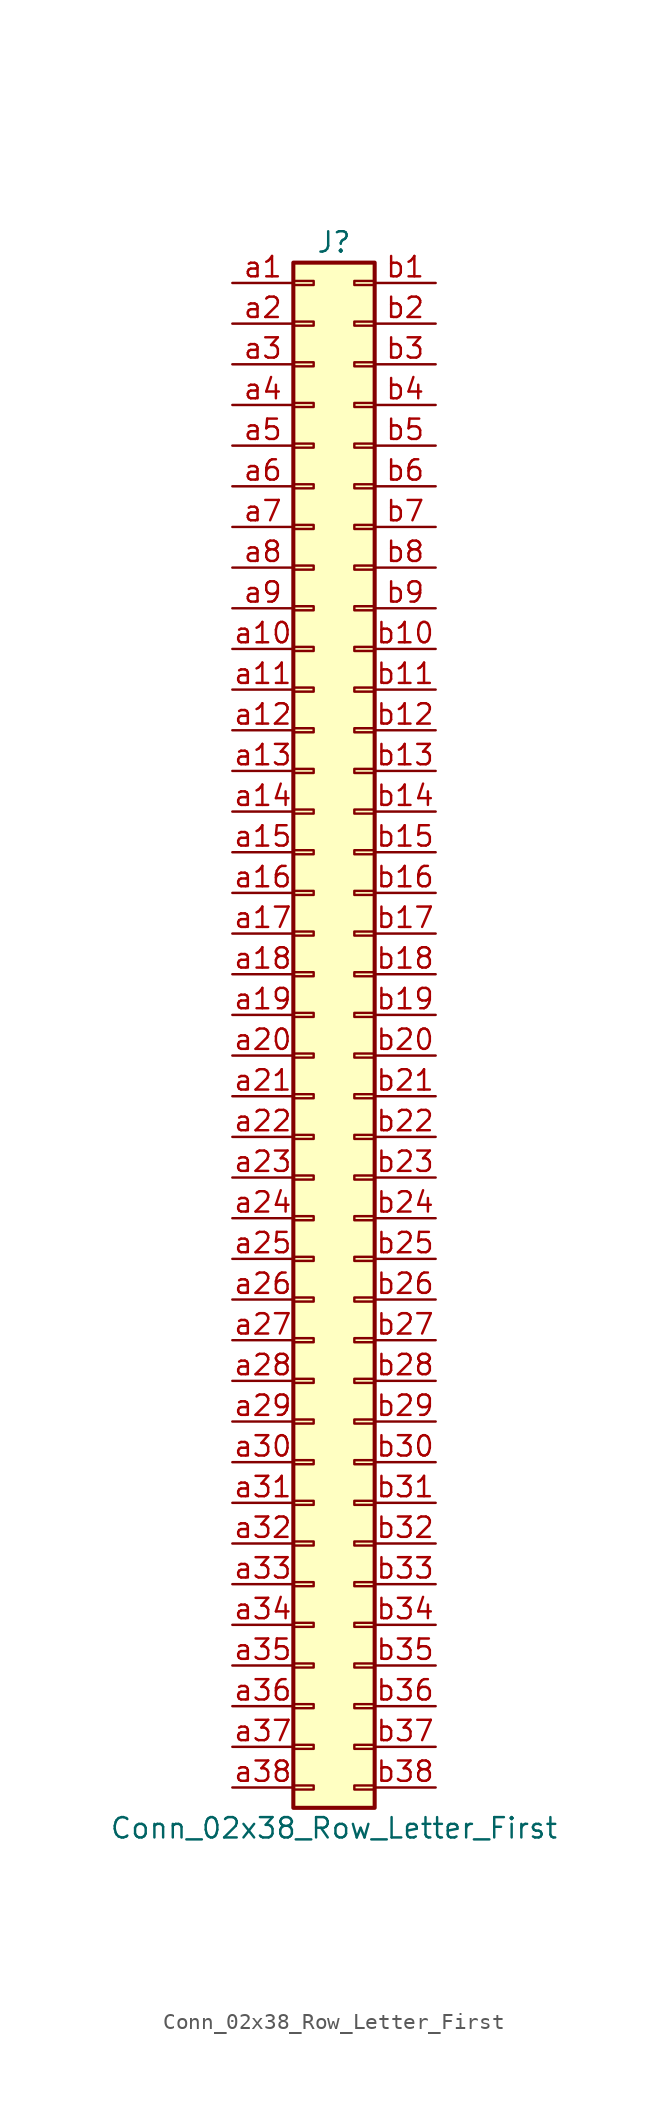
<source format=kicad_sym>
(kicad_symbol_lib
  (version 20220914)
  (generator kicad_symbol_editor)
  (symbol "Conn_02x38_Row_Letter_First"
    (pin_names
      (offset 1.016) hide)
    (property "Reference" "J"
      (at 1.27 48.26 0)
      (effects (font (size 1.27 1.27))))
    (property "Value" "Conn_02x38_Row_Letter_First"
      (at 1.27 -50.8 0)
      (effects (font (size 1.27 1.27))))
    (symbol "Conn_02x38_Row_Letter_First_1_1"
      (rectangle (start -1.27 -48.133) (end 0 -48.387) (stroke (width 0.152) (type solid)) (fill (type none)))
      (rectangle (start -1.27 -45.593) (end 0 -45.847) (stroke (width 0.152) (type solid)) (fill (type none)))
      (rectangle (start -1.27 -43.053) (end 0 -43.307) (stroke (width 0.152) (type solid)) (fill (type none)))
      (rectangle (start -1.27 -40.513) (end 0 -40.767) (stroke (width 0.152) (type solid)) (fill (type none)))
      (rectangle (start -1.27 -37.973) (end 0 -38.227) (stroke (width 0.152) (type solid)) (fill (type none)))
      (rectangle (start -1.27 -35.433) (end 0 -35.687) (stroke (width 0.152) (type solid)) (fill (type none)))
      (rectangle (start -1.27 -32.893) (end 0 -33.147) (stroke (width 0.152) (type solid)) (fill (type none)))
      (rectangle (start -1.27 -30.353) (end 0 -30.607) (stroke (width 0.152) (type solid)) (fill (type none)))
      (rectangle (start -1.27 -27.813) (end 0 -28.067) (stroke (width 0.152) (type solid)) (fill (type none)))
      (rectangle (start -1.27 -25.273) (end 0 -25.527) (stroke (width 0.152) (type solid)) (fill (type none)))
      (rectangle (start -1.27 -22.733) (end 0 -22.987) (stroke (width 0.152) (type solid)) (fill (type none)))
      (rectangle (start -1.27 -20.193) (end 0 -20.447) (stroke (width 0.152) (type solid)) (fill (type none)))
      (rectangle (start -1.27 -17.653) (end 0 -17.907) (stroke (width 0.152) (type solid)) (fill (type none)))
      (rectangle (start -1.27 -15.113) (end 0 -15.367) (stroke (width 0.152) (type solid)) (fill (type none)))
      (rectangle (start -1.27 -12.573) (end 0 -12.827) (stroke (width 0.152) (type solid)) (fill (type none)))
      (rectangle (start -1.27 -10.033) (end 0 -10.287) (stroke (width 0.152) (type solid)) (fill (type none)))
      (rectangle (start -1.27 -7.493) (end 0 -7.747) (stroke (width 0.152) (type solid)) (fill (type none)))
      (rectangle (start -1.27 -4.953) (end 0 -5.207) (stroke (width 0.152) (type solid)) (fill (type none)))
      (rectangle (start -1.27 -2.413) (end 0 -2.667) (stroke (width 0.152) (type solid)) (fill (type none)))
      (rectangle (start -1.27 0.127) (end 0 -0.127) (stroke (width 0.152) (type solid)) (fill (type none)))
      (rectangle (start -1.27 2.667) (end 0 2.413) (stroke (width 0.152) (type solid)) (fill (type none)))
      (rectangle (start -1.27 5.207) (end 0 4.953) (stroke (width 0.152) (type solid)) (fill (type none)))
      (rectangle (start -1.27 7.747) (end 0 7.493) (stroke (width 0.152) (type solid)) (fill (type none)))
      (rectangle (start -1.27 10.287) (end 0 10.033) (stroke (width 0.152) (type solid)) (fill (type none)))
      (rectangle (start -1.27 12.827) (end 0 12.573) (stroke (width 0.152) (type solid)) (fill (type none)))
      (rectangle (start -1.27 15.367) (end 0 15.113) (stroke (width 0.152) (type solid)) (fill (type none)))
      (rectangle (start -1.27 17.907) (end 0 17.653) (stroke (width 0.152) (type solid)) (fill (type none)))
      (rectangle (start -1.27 20.447) (end 0 20.193) (stroke (width 0.152) (type solid)) (fill (type none)))
      (rectangle (start -1.27 22.987) (end 0 22.733) (stroke (width 0.152) (type solid)) (fill (type none)))
      (rectangle (start -1.27 25.527) (end 0 25.273) (stroke (width 0.152) (type solid)) (fill (type none)))
      (rectangle (start -1.27 28.067) (end 0 27.813) (stroke (width 0.152) (type solid)) (fill (type none)))
      (rectangle (start -1.27 30.607) (end 0 30.353) (stroke (width 0.152) (type solid)) (fill (type none)))
      (rectangle (start -1.27 33.147) (end 0 32.893) (stroke (width 0.152) (type solid)) (fill (type none)))
      (rectangle (start -1.27 35.687) (end 0 35.433) (stroke (width 0.152) (type solid)) (fill (type none)))
      (rectangle (start -1.27 38.227) (end 0 37.973) (stroke (width 0.152) (type solid)) (fill (type none)))
      (rectangle (start -1.27 40.767) (end 0 40.513) (stroke (width 0.152) (type solid)) (fill (type none)))
      (rectangle (start -1.27 43.307) (end 0 43.053) (stroke (width 0.152) (type solid)) (fill (type none)))
      (rectangle (start -1.27 45.847) (end 0 45.593) (stroke (width 0.152) (type solid)) (fill (type none)))
      (rectangle (start -1.27 46.99) (end 3.81 -49.53) (stroke (width 0.254) (type solid)) (fill (type background)))
      (rectangle (start 3.81 -48.133) (end 2.54 -48.387) (stroke (width 0.152) (type solid)) (fill (type none)))
      (rectangle (start 3.81 -45.593) (end 2.54 -45.847) (stroke (width 0.152) (type solid)) (fill (type none)))
      (rectangle (start 3.81 -43.053) (end 2.54 -43.307) (stroke (width 0.152) (type solid)) (fill (type none)))
      (rectangle (start 3.81 -40.513) (end 2.54 -40.767) (stroke (width 0.152) (type solid)) (fill (type none)))
      (rectangle (start 3.81 -37.973) (end 2.54 -38.227) (stroke (width 0.152) (type solid)) (fill (type none)))
      (rectangle (start 3.81 -35.433) (end 2.54 -35.687) (stroke (width 0.152) (type solid)) (fill (type none)))
      (rectangle (start 3.81 -32.893) (end 2.54 -33.147) (stroke (width 0.152) (type solid)) (fill (type none)))
      (rectangle (start 3.81 -30.353) (end 2.54 -30.607) (stroke (width 0.152) (type solid)) (fill (type none)))
      (rectangle (start 3.81 -27.813) (end 2.54 -28.067) (stroke (width 0.152) (type solid)) (fill (type none)))
      (rectangle (start 3.81 -25.273) (end 2.54 -25.527) (stroke (width 0.152) (type solid)) (fill (type none)))
      (rectangle (start 3.81 -22.733) (end 2.54 -22.987) (stroke (width 0.152) (type solid)) (fill (type none)))
      (rectangle (start 3.81 -20.193) (end 2.54 -20.447) (stroke (width 0.152) (type solid)) (fill (type none)))
      (rectangle (start 3.81 -17.653) (end 2.54 -17.907) (stroke (width 0.152) (type solid)) (fill (type none)))
      (rectangle (start 3.81 -15.113) (end 2.54 -15.367) (stroke (width 0.152) (type solid)) (fill (type none)))
      (rectangle (start 3.81 -12.573) (end 2.54 -12.827) (stroke (width 0.152) (type solid)) (fill (type none)))
      (rectangle (start 3.81 -10.033) (end 2.54 -10.287) (stroke (width 0.152) (type solid)) (fill (type none)))
      (rectangle (start 3.81 -7.493) (end 2.54 -7.747) (stroke (width 0.152) (type solid)) (fill (type none)))
      (rectangle (start 3.81 -4.953) (end 2.54 -5.207) (stroke (width 0.152) (type solid)) (fill (type none)))
      (rectangle (start 3.81 -2.413) (end 2.54 -2.667) (stroke (width 0.152) (type solid)) (fill (type none)))
      (rectangle (start 3.81 0.127) (end 2.54 -0.127) (stroke (width 0.152) (type solid)) (fill (type none)))
      (rectangle (start 3.81 2.667) (end 2.54 2.413) (stroke (width 0.152) (type solid)) (fill (type none)))
      (rectangle (start 3.81 5.207) (end 2.54 4.953) (stroke (width 0.152) (type solid)) (fill (type none)))
      (rectangle (start 3.81 7.747) (end 2.54 7.493) (stroke (width 0.152) (type solid)) (fill (type none)))
      (rectangle (start 3.81 10.287) (end 2.54 10.033) (stroke (width 0.152) (type solid)) (fill (type none)))
      (rectangle (start 3.81 12.827) (end 2.54 12.573) (stroke (width 0.152) (type solid)) (fill (type none)))
      (rectangle (start 3.81 15.367) (end 2.54 15.113) (stroke (width 0.152) (type solid)) (fill (type none)))
      (rectangle (start 3.81 17.907) (end 2.54 17.653) (stroke (width 0.152) (type solid)) (fill (type none)))
      (rectangle (start 3.81 20.447) (end 2.54 20.193) (stroke (width 0.152) (type solid)) (fill (type none)))
      (rectangle (start 3.81 22.987) (end 2.54 22.733) (stroke (width 0.152) (type solid)) (fill (type none)))
      (rectangle (start 3.81 25.527) (end 2.54 25.273) (stroke (width 0.152) (type solid)) (fill (type none)))
      (rectangle (start 3.81 28.067) (end 2.54 27.813) (stroke (width 0.152) (type solid)) (fill (type none)))
      (rectangle (start 3.81 30.607) (end 2.54 30.353) (stroke (width 0.152) (type solid)) (fill (type none)))
      (rectangle (start 3.81 33.147) (end 2.54 32.893) (stroke (width 0.152) (type solid)) (fill (type none)))
      (rectangle (start 3.81 35.687) (end 2.54 35.433) (stroke (width 0.152) (type solid)) (fill (type none)))
      (rectangle (start 3.81 38.227) (end 2.54 37.973) (stroke (width 0.152) (type solid)) (fill (type none)))
      (rectangle (start 3.81 40.767) (end 2.54 40.513) (stroke (width 0.152) (type solid)) (fill (type none)))
      (rectangle (start 3.81 43.307) (end 2.54 43.053) (stroke (width 0.152) (type solid)) (fill (type none)))
      (rectangle (start 3.81 45.847) (end 2.54 45.593) (stroke (width 0.152) (type solid)) (fill (type none)))
      (pin passive line (at -5.08 45.72 0) (length 3.81) (name "Pin_a1" (effects (font (size 1.27 1.27)))) (number "a1" (effects (font (size 1.27 1.27)))))
      (pin passive line (at -5.08 22.86 0) (length 3.81) (name "Pin_a10" (effects (font (size 1.27 1.27)))) (number "a10" (effects (font (size 1.27 1.27)))))
      (pin passive line (at -5.08 20.32 0) (length 3.81) (name "Pin_a11" (effects (font (size 1.27 1.27)))) (number "a11" (effects (font (size 1.27 1.27)))))
      (pin passive line (at -5.08 17.78 0) (length 3.81) (name "Pin_a12" (effects (font (size 1.27 1.27)))) (number "a12" (effects (font (size 1.27 1.27)))))
      (pin passive line (at -5.08 15.24 0) (length 3.81) (name "Pin_a13" (effects (font (size 1.27 1.27)))) (number "a13" (effects (font (size 1.27 1.27)))))
      (pin passive line (at -5.08 12.7 0) (length 3.81) (name "Pin_a14" (effects (font (size 1.27 1.27)))) (number "a14" (effects (font (size 1.27 1.27)))))
      (pin passive line (at -5.08 10.16 0) (length 3.81) (name "Pin_a15" (effects (font (size 1.27 1.27)))) (number "a15" (effects (font (size 1.27 1.27)))))
      (pin passive line (at -5.08 7.62 0) (length 3.81) (name "Pin_a16" (effects (font (size 1.27 1.27)))) (number "a16" (effects (font (size 1.27 1.27)))))
      (pin passive line (at -5.08 5.08 0) (length 3.81) (name "Pin_a17" (effects (font (size 1.27 1.27)))) (number "a17" (effects (font (size 1.27 1.27)))))
      (pin passive line (at -5.08 2.54 0) (length 3.81) (name "Pin_a18" (effects (font (size 1.27 1.27)))) (number "a18" (effects (font (size 1.27 1.27)))))
      (pin passive line (at -5.08 0 0) (length 3.81) (name "Pin_a19" (effects (font (size 1.27 1.27)))) (number "a19" (effects (font (size 1.27 1.27)))))
      (pin passive line (at -5.08 43.18 0) (length 3.81) (name "Pin_a2" (effects (font (size 1.27 1.27)))) (number "a2" (effects (font (size 1.27 1.27)))))
      (pin passive line (at -5.08 -2.54 0) (length 3.81) (name "Pin_a20" (effects (font (size 1.27 1.27)))) (number "a20" (effects (font (size 1.27 1.27)))))
      (pin passive line (at -5.08 -5.08 0) (length 3.81) (name "Pin_a21" (effects (font (size 1.27 1.27)))) (number "a21" (effects (font (size 1.27 1.27)))))
      (pin passive line (at -5.08 -7.62 0) (length 3.81) (name "Pin_a22" (effects (font (size 1.27 1.27)))) (number "a22" (effects (font (size 1.27 1.27)))))
      (pin passive line (at -5.08 -10.16 0) (length 3.81) (name "Pin_a23" (effects (font (size 1.27 1.27)))) (number "a23" (effects (font (size 1.27 1.27)))))
      (pin passive line (at -5.08 -12.7 0) (length 3.81) (name "Pin_a24" (effects (font (size 1.27 1.27)))) (number "a24" (effects (font (size 1.27 1.27)))))
      (pin passive line (at -5.08 -15.24 0) (length 3.81) (name "Pin_a25" (effects (font (size 1.27 1.27)))) (number "a25" (effects (font (size 1.27 1.27)))))
      (pin passive line (at -5.08 -17.78 0) (length 3.81) (name "Pin_a26" (effects (font (size 1.27 1.27)))) (number "a26" (effects (font (size 1.27 1.27)))))
      (pin passive line (at -5.08 -20.32 0) (length 3.81) (name "Pin_a27" (effects (font (size 1.27 1.27)))) (number "a27" (effects (font (size 1.27 1.27)))))
      (pin passive line (at -5.08 -22.86 0) (length 3.81) (name "Pin_a28" (effects (font (size 1.27 1.27)))) (number "a28" (effects (font (size 1.27 1.27)))))
      (pin passive line (at -5.08 -25.4 0) (length 3.81) (name "Pin_a29" (effects (font (size 1.27 1.27)))) (number "a29" (effects (font (size 1.27 1.27)))))
      (pin passive line (at -5.08 40.64 0) (length 3.81) (name "Pin_a3" (effects (font (size 1.27 1.27)))) (number "a3" (effects (font (size 1.27 1.27)))))
      (pin passive line (at -5.08 -27.94 0) (length 3.81) (name "Pin_a30" (effects (font (size 1.27 1.27)))) (number "a30" (effects (font (size 1.27 1.27)))))
      (pin passive line (at -5.08 -30.48 0) (length 3.81) (name "Pin_a31" (effects (font (size 1.27 1.27)))) (number "a31" (effects (font (size 1.27 1.27)))))
      (pin passive line (at -5.08 -33.02 0) (length 3.81) (name "Pin_a32" (effects (font (size 1.27 1.27)))) (number "a32" (effects (font (size 1.27 1.27)))))
      (pin passive line (at -5.08 -35.56 0) (length 3.81) (name "Pin_a33" (effects (font (size 1.27 1.27)))) (number "a33" (effects (font (size 1.27 1.27)))))
      (pin passive line (at -5.08 -38.1 0) (length 3.81) (name "Pin_a34" (effects (font (size 1.27 1.27)))) (number "a34" (effects (font (size 1.27 1.27)))))
      (pin passive line (at -5.08 -40.64 0) (length 3.81) (name "Pin_a35" (effects (font (size 1.27 1.27)))) (number "a35" (effects (font (size 1.27 1.27)))))
      (pin passive line (at -5.08 -43.18 0) (length 3.81) (name "Pin_a36" (effects (font (size 1.27 1.27)))) (number "a36" (effects (font (size 1.27 1.27)))))
      (pin passive line (at -5.08 -45.72 0) (length 3.81) (name "Pin_a37" (effects (font (size 1.27 1.27)))) (number "a37" (effects (font (size 1.27 1.27)))))
      (pin passive line (at -5.08 -48.26 0) (length 3.81) (name "Pin_a38" (effects (font (size 1.27 1.27)))) (number "a38" (effects (font (size 1.27 1.27)))))
      (pin passive line (at -5.08 38.1 0) (length 3.81) (name "Pin_a4" (effects (font (size 1.27 1.27)))) (number "a4" (effects (font (size 1.27 1.27)))))
      (pin passive line (at -5.08 35.56 0) (length 3.81) (name "Pin_a5" (effects (font (size 1.27 1.27)))) (number "a5" (effects (font (size 1.27 1.27)))))
      (pin passive line (at -5.08 33.02 0) (length 3.81) (name "Pin_a6" (effects (font (size 1.27 1.27)))) (number "a6" (effects (font (size 1.27 1.27)))))
      (pin passive line (at -5.08 30.48 0) (length 3.81) (name "Pin_a7" (effects (font (size 1.27 1.27)))) (number "a7" (effects (font (size 1.27 1.27)))))
      (pin passive line (at -5.08 27.94 0) (length 3.81) (name "Pin_a8" (effects (font (size 1.27 1.27)))) (number "a8" (effects (font (size 1.27 1.27)))))
      (pin passive line (at -5.08 25.4 0) (length 3.81) (name "Pin_a9" (effects (font (size 1.27 1.27)))) (number "a9" (effects (font (size 1.27 1.27)))))
      (pin passive line (at 7.62 45.72 180) (length 3.81) (name "Pin_b1" (effects (font (size 1.27 1.27)))) (number "b1" (effects (font (size 1.27 1.27)))))
      (pin passive line (at 7.62 22.86 180) (length 3.81) (name "Pin_b10" (effects (font (size 1.27 1.27)))) (number "b10" (effects (font (size 1.27 1.27)))))
      (pin passive line (at 7.62 20.32 180) (length 3.81) (name "Pin_b11" (effects (font (size 1.27 1.27)))) (number "b11" (effects (font (size 1.27 1.27)))))
      (pin passive line (at 7.62 17.78 180) (length 3.81) (name "Pin_b12" (effects (font (size 1.27 1.27)))) (number "b12" (effects (font (size 1.27 1.27)))))
      (pin passive line (at 7.62 15.24 180) (length 3.81) (name "Pin_b13" (effects (font (size 1.27 1.27)))) (number "b13" (effects (font (size 1.27 1.27)))))
      (pin passive line (at 7.62 12.7 180) (length 3.81) (name "Pin_b14" (effects (font (size 1.27 1.27)))) (number "b14" (effects (font (size 1.27 1.27)))))
      (pin passive line (at 7.62 10.16 180) (length 3.81) (name "Pin_b15" (effects (font (size 1.27 1.27)))) (number "b15" (effects (font (size 1.27 1.27)))))
      (pin passive line (at 7.62 7.62 180) (length 3.81) (name "Pin_b16" (effects (font (size 1.27 1.27)))) (number "b16" (effects (font (size 1.27 1.27)))))
      (pin passive line (at 7.62 5.08 180) (length 3.81) (name "Pin_b17" (effects (font (size 1.27 1.27)))) (number "b17" (effects (font (size 1.27 1.27)))))
      (pin passive line (at 7.62 2.54 180) (length 3.81) (name "Pin_b18" (effects (font (size 1.27 1.27)))) (number "b18" (effects (font (size 1.27 1.27)))))
      (pin passive line (at 7.62 0 180) (length 3.81) (name "Pin_b19" (effects (font (size 1.27 1.27)))) (number "b19" (effects (font (size 1.27 1.27)))))
      (pin passive line (at 7.62 43.18 180) (length 3.81) (name "Pin_b2" (effects (font (size 1.27 1.27)))) (number "b2" (effects (font (size 1.27 1.27)))))
      (pin passive line (at 7.62 -2.54 180) (length 3.81) (name "Pin_b20" (effects (font (size 1.27 1.27)))) (number "b20" (effects (font (size 1.27 1.27)))))
      (pin passive line (at 7.62 -5.08 180) (length 3.81) (name "Pin_b21" (effects (font (size 1.27 1.27)))) (number "b21" (effects (font (size 1.27 1.27)))))
      (pin passive line (at 7.62 -7.62 180) (length 3.81) (name "Pin_b22" (effects (font (size 1.27 1.27)))) (number "b22" (effects (font (size 1.27 1.27)))))
      (pin passive line (at 7.62 -10.16 180) (length 3.81) (name "Pin_b23" (effects (font (size 1.27 1.27)))) (number "b23" (effects (font (size 1.27 1.27)))))
      (pin passive line (at 7.62 -12.7 180) (length 3.81) (name "Pin_b24" (effects (font (size 1.27 1.27)))) (number "b24" (effects (font (size 1.27 1.27)))))
      (pin passive line (at 7.62 -15.24 180) (length 3.81) (name "Pin_b25" (effects (font (size 1.27 1.27)))) (number "b25" (effects (font (size 1.27 1.27)))))
      (pin passive line (at 7.62 -17.78 180) (length 3.81) (name "Pin_b26" (effects (font (size 1.27 1.27)))) (number "b26" (effects (font (size 1.27 1.27)))))
      (pin passive line (at 7.62 -20.32 180) (length 3.81) (name "Pin_b27" (effects (font (size 1.27 1.27)))) (number "b27" (effects (font (size 1.27 1.27)))))
      (pin passive line (at 7.62 -22.86 180) (length 3.81) (name "Pin_b28" (effects (font (size 1.27 1.27)))) (number "b28" (effects (font (size 1.27 1.27)))))
      (pin passive line (at 7.62 -25.4 180) (length 3.81) (name "Pin_b29" (effects (font (size 1.27 1.27)))) (number "b29" (effects (font (size 1.27 1.27)))))
      (pin passive line (at 7.62 40.64 180) (length 3.81) (name "Pin_b3" (effects (font (size 1.27 1.27)))) (number "b3" (effects (font (size 1.27 1.27)))))
      (pin passive line (at 7.62 -27.94 180) (length 3.81) (name "Pin_b30" (effects (font (size 1.27 1.27)))) (number "b30" (effects (font (size 1.27 1.27)))))
      (pin passive line (at 7.62 -30.48 180) (length 3.81) (name "Pin_b31" (effects (font (size 1.27 1.27)))) (number "b31" (effects (font (size 1.27 1.27)))))
      (pin passive line (at 7.62 -33.02 180) (length 3.81) (name "Pin_b32" (effects (font (size 1.27 1.27)))) (number "b32" (effects (font (size 1.27 1.27)))))
      (pin passive line (at 7.62 -35.56 180) (length 3.81) (name "Pin_b33" (effects (font (size 1.27 1.27)))) (number "b33" (effects (font (size 1.27 1.27)))))
      (pin passive line (at 7.62 -38.1 180) (length 3.81) (name "Pin_b34" (effects (font (size 1.27 1.27)))) (number "b34" (effects (font (size 1.27 1.27)))))
      (pin passive line (at 7.62 -40.64 180) (length 3.81) (name "Pin_b35" (effects (font (size 1.27 1.27)))) (number "b35" (effects (font (size 1.27 1.27)))))
      (pin passive line (at 7.62 -43.18 180) (length 3.81) (name "Pin_b36" (effects (font (size 1.27 1.27)))) (number "b36" (effects (font (size 1.27 1.27)))))
      (pin passive line (at 7.62 -45.72 180) (length 3.81) (name "Pin_b37" (effects (font (size 1.27 1.27)))) (number "b37" (effects (font (size 1.27 1.27)))))
      (pin passive line (at 7.62 -48.26 180) (length 3.81) (name "Pin_b38" (effects (font (size 1.27 1.27)))) (number "b38" (effects (font (size 1.27 1.27)))))
      (pin passive line (at 7.62 38.1 180) (length 3.81) (name "Pin_b4" (effects (font (size 1.27 1.27)))) (number "b4" (effects (font (size 1.27 1.27)))))
      (pin passive line (at 7.62 35.56 180) (length 3.81) (name "Pin_b5" (effects (font (size 1.27 1.27)))) (number "b5" (effects (font (size 1.27 1.27)))))
      (pin passive line (at 7.62 33.02 180) (length 3.81) (name "Pin_b6" (effects (font (size 1.27 1.27)))) (number "b6" (effects (font (size 1.27 1.27)))))
      (pin passive line (at 7.62 30.48 180) (length 3.81) (name "Pin_b7" (effects (font (size 1.27 1.27)))) (number "b7" (effects (font (size 1.27 1.27)))))
      (pin passive line (at 7.62 27.94 180) (length 3.81) (name "Pin_b8" (effects (font (size 1.27 1.27)))) (number "b8" (effects (font (size 1.27 1.27)))))
      (pin passive line (at 7.62 25.4 180) (length 3.81) (name "Pin_b9" (effects (font (size 1.27 1.27)))) (number "b9" (effects (font (size 1.27 1.27))))))))
</source>
